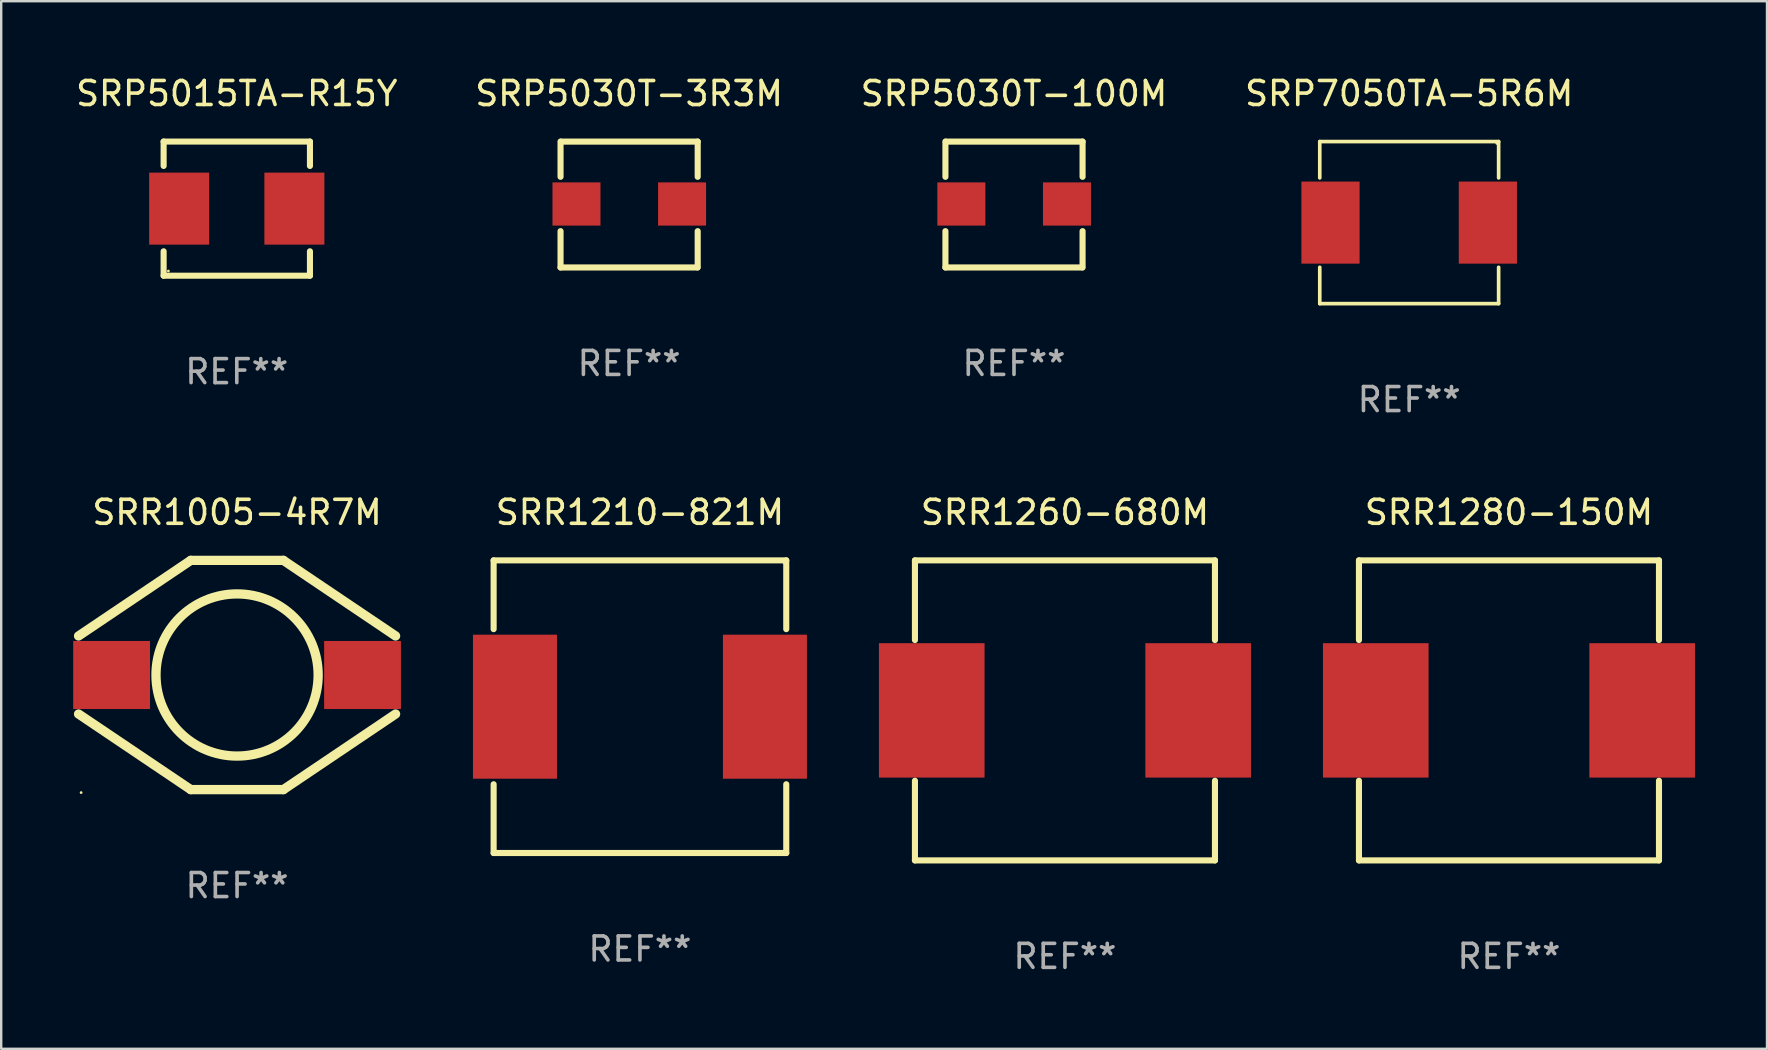
<source format=kicad_pcb>
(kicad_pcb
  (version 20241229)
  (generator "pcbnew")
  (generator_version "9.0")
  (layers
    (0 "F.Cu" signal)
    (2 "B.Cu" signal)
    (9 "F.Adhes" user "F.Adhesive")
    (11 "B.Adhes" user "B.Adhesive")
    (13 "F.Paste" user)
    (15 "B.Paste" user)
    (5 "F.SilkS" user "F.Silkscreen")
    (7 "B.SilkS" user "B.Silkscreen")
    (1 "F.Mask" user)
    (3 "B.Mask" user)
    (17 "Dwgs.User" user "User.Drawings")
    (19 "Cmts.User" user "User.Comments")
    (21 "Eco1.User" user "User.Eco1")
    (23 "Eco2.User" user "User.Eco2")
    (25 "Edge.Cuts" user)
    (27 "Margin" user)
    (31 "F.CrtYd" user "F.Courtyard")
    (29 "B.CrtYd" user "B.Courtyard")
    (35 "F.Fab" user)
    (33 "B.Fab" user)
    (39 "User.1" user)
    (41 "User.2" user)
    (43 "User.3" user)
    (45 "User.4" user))
  (footprint "SRP5015TA-R15Y"
    (layer "F.Cu")
    (at 6.815 5.642)
    (property "Reference" "SRP5015TA-R15Y" (at 0 -4.794 0) (layer "F.SilkS") (effects (font (size 1 1) (thickness 0.15))))
    (attr through_hole)
    (fp_line (start -3.048 -2.794) (end 3.048 -2.794) (stroke (width 0.254) (type solid)) (layer "F.SilkS"))
    (fp_line (start -3.048 -1.778) (end -3.048 -2.794) (stroke (width 0.254) (type solid)) (layer "F.SilkS"))
    (fp_line (start -3.048 2.794) (end -3.048 1.778) (stroke (width 0.254) (type solid)) (layer "F.SilkS"))
    (fp_line (start 3.048 -2.794) (end 3.048 -1.778) (stroke (width 0.254) (type solid)) (layer "F.SilkS"))
    (fp_line (start 3.048 1.778) (end 3.048 2.794) (stroke (width 0.254) (type solid)) (layer "F.SilkS"))
    (fp_line (start 3.048 2.794) (end -3.048 2.794) (stroke (width 0.254) (type solid)) (layer "F.SilkS"))
    (fp_circle (center -2.85 2.6) (end -2.82 2.6) (stroke (width 0.06) (type solid)) (fill no) (layer "F.SilkS"))
    (fp_text user "REF**" (at 0 6.794 0) (layer "F.Fab") (effects (font (size 1 1) (thickness 0.15))))
    (pad "1" smd rect (at -2.4 0) (size 2.5 3) (layers "F.Cu" "F.Mask" "F.Paste"))
    (pad "2" smd rect (at 2.4 0) (size 2.5 3) (layers "F.Cu" "F.Mask" "F.Paste")))
  (footprint "SRP5030T-100M"
    (layer "F.Cu")
    (at 39.196 5.471)
    (property "Reference" "SRP5030T-100M" (at 0 -4.622 0) (layer "F.SilkS") (effects (font (size 1 1) (thickness 0.15))))
    (attr through_hole)
    (fp_line (start -2.857 -1.154) (end -2.857 -2.622) (stroke (width 0.254) (type solid)) (layer "F.SilkS"))
    (fp_line (start -2.857 2.622) (end -2.857 1.109) (stroke (width 0.254) (type solid)) (layer "F.SilkS"))
    (fp_line (start -2.843 -2.622) (end 2.857 -2.622) (stroke (width 0.254) (type solid)) (layer "F.SilkS"))
    (fp_line (start 2.843 2.622) (end -2.857 2.622) (stroke (width 0.254) (type solid)) (layer "F.SilkS"))
    (fp_line (start 2.857 -2.622) (end 2.857 -1.154) (stroke (width 0.254) (type solid)) (layer "F.SilkS"))
    (fp_line (start 2.857 1.109) (end 2.857 2.622) (stroke (width 0.254) (type solid)) (layer "F.SilkS"))
    (fp_circle (center -2.843 2.578) (end -2.813 2.578) (stroke (width 0.06) (type solid)) (fill no) (layer "F.SilkS"))
    (fp_text user "REF**" (at 0 6.622 0) (layer "F.Fab") (effects (font (size 1 1) (thickness 0.15))))
    (pad "1" smd rect (at -2.193 -0.022 270) (size 1.8 2) (layers "F.Cu" "F.Mask" "F.Paste"))
    (pad "2" smd rect (at 2.207 -0.022 270) (size 1.8 2) (layers "F.Cu" "F.Mask" "F.Paste")))
  (footprint "SRR1280-150M"
    (layer "F.Cu")
    (at 59.818 26.547)
    (property "Reference" "SRR1280-150M" (at 0 -8.25 0) (layer "F.SilkS") (effects (font (size 1 1) (thickness 0.15))))
    (attr through_hole)
    (fp_line (start -6.25 -6.25) (end 6.25 -6.25) (stroke (width 0.254) (type solid)) (layer "F.SilkS"))
    (fp_line (start -6.25 -2.931) (end -6.25 -6.25) (stroke (width 0.254) (type solid)) (layer "F.SilkS"))
    (fp_line (start -6.25 6.25) (end -6.25 2.931) (stroke (width 0.254) (type solid)) (layer "F.SilkS"))
    (fp_line (start 6.25 -6.25) (end 6.25 -2.931) (stroke (width 0.254) (type solid)) (layer "F.SilkS"))
    (fp_line (start 6.25 2.931) (end 6.25 6.25) (stroke (width 0.254) (type solid)) (layer "F.SilkS"))
    (fp_line (start 6.25 6.25) (end -6.25 6.25) (stroke (width 0.254) (type solid)) (layer "F.SilkS"))
    (fp_circle (center -6.25 6.25) (end -6.22 6.25) (stroke (width 0.06) (type solid)) (fill no) (layer "F.SilkS"))
    (fp_text user "REF**" (at 0 10.25 0) (layer "F.Fab") (effects (font (size 1 1) (thickness 0.15))))
    (pad "1" smd rect (at -5.55 0) (size 4.4 5.6) (layers "F.Cu" "F.Mask" "F.Paste"))
    (pad "2" smd rect (at 5.55 0) (size 4.4 5.6) (layers "F.Cu" "F.Mask" "F.Paste")))
  (footprint "SRP7050TA-5R6M"
    (layer "F.Cu")
    (at 55.661 6.224)
    (property "Reference" "SRP7050TA-5R6M" (at 0 -5.376 0) (layer "F.SilkS") (effects (font (size 1 1) (thickness 0.15))))
    (attr through_hole)
    (fp_line (start -3.726 -3.376) (end 3.726 -3.376) (stroke (width 0.152) (type solid)) (layer "F.SilkS"))
    (fp_line (start -3.726 -1.862) (end -3.726 -3.376) (stroke (width 0.152) (type solid)) (layer "F.SilkS"))
    (fp_line (start -3.726 1.862) (end -3.726 3.376) (stroke (width 0.152) (type solid)) (layer "F.SilkS"))
    (fp_line (start -3.726 3.376) (end 3.726 3.376) (stroke (width 0.152) (type solid)) (layer "F.SilkS"))
    (fp_line (start 3.726 -3.376) (end 3.726 -1.862) (stroke (width 0.152) (type solid)) (layer "F.SilkS"))
    (fp_line (start 3.726 3.376) (end 3.726 1.862) (stroke (width 0.152) (type solid)) (layer "F.SilkS"))
    (fp_circle (center 3.65 -3.3) (end 3.68 -3.3) (stroke (width 0.06) (type solid)) (fill no) (layer "F.SilkS"))
    (fp_text user "REF**" (at 0 7.376 0) (layer "F.Fab") (effects (font (size 1 1) (thickness 0.15))))
    (pad "1" smd rect (at 3.278 0) (size 2.424 3.42) (layers "F.Cu" "F.Mask" "F.Paste"))
    (pad "2" smd rect (at -3.278 0) (size 2.424 3.42) (layers "F.Cu" "F.Mask" "F.Paste")))
  (footprint "SRP5030T-3R3M"
    (layer "F.Cu")
    (at 23.161 5.471)
    (property "Reference" "SRP5030T-3R3M" (at 0 -4.622 0) (layer "F.SilkS") (effects (font (size 1 1) (thickness 0.15))))
    (attr through_hole)
    (fp_line (start -2.857 -1.154) (end -2.857 -2.622) (stroke (width 0.254) (type solid)) (layer "F.SilkS"))
    (fp_line (start -2.857 2.622) (end -2.857 1.109) (stroke (width 0.254) (type solid)) (layer "F.SilkS"))
    (fp_line (start -2.843 -2.622) (end 2.857 -2.622) (stroke (width 0.254) (type solid)) (layer "F.SilkS"))
    (fp_line (start 2.843 2.622) (end -2.857 2.622) (stroke (width 0.254) (type solid)) (layer "F.SilkS"))
    (fp_line (start 2.857 -2.622) (end 2.857 -1.154) (stroke (width 0.254) (type solid)) (layer "F.SilkS"))
    (fp_line (start 2.857 1.109) (end 2.857 2.622) (stroke (width 0.254) (type solid)) (layer "F.SilkS"))
    (fp_circle (center -2.843 2.578) (end -2.813 2.578) (stroke (width 0.06) (type solid)) (fill no) (layer "F.SilkS"))
    (fp_text user "REF**" (at 0 6.622 0) (layer "F.Fab") (effects (font (size 1 1) (thickness 0.15))))
    (pad "1" smd rect (at -2.193 -0.022 270) (size 1.8 2) (layers "F.Cu" "F.Mask" "F.Paste"))
    (pad "2" smd rect (at 2.207 -0.022 270) (size 1.8 2) (layers "F.Cu" "F.Mask" "F.Paste")))
  (footprint "SRR1260-680M"
    (layer "F.Cu")
    (at 41.319 26.547)
    (property "Reference" "SRR1260-680M" (at 0 -8.25 0) (layer "F.SilkS") (effects (font (size 1 1) (thickness 0.15))))
    (attr through_hole)
    (fp_line (start -6.25 -6.25) (end 6.25 -6.25) (stroke (width 0.254) (type solid)) (layer "F.SilkS"))
    (fp_line (start -6.25 -2.931) (end -6.25 -6.25) (stroke (width 0.254) (type solid)) (layer "F.SilkS"))
    (fp_line (start -6.25 6.25) (end -6.25 2.931) (stroke (width 0.254) (type solid)) (layer "F.SilkS"))
    (fp_line (start 6.25 -6.25) (end 6.25 -2.931) (stroke (width 0.254) (type solid)) (layer "F.SilkS"))
    (fp_line (start 6.25 2.931) (end 6.25 6.25) (stroke (width 0.254) (type solid)) (layer "F.SilkS"))
    (fp_line (start 6.25 6.25) (end -6.25 6.25) (stroke (width 0.254) (type solid)) (layer "F.SilkS"))
    (fp_circle (center -6.25 6.25) (end -6.22 6.25) (stroke (width 0.06) (type solid)) (fill no) (layer "F.SilkS"))
    (fp_text user "REF**" (at 0 10.25 0) (layer "F.Fab") (effects (font (size 1 1) (thickness 0.15))))
    (pad "1" smd rect (at -5.55 0) (size 4.4 5.6) (layers "F.Cu" "F.Mask" "F.Paste"))
    (pad "2" smd rect (at 5.55 0) (size 4.4 5.6) (layers "F.Cu" "F.Mask" "F.Paste")))
  (footprint "SRR1005-4R7M"
    (layer "F.Cu")
    (at 6.827 25.072)
    (property "Reference" "SRR1005-4R7M" (at 0 -6.775 0) (layer "F.SilkS") (effects (font (size 1 1) (thickness 0.15))))
    (attr through_hole)
    (fp_line (start -6.604 -1.626) (end -1.93 -4.775) (stroke (width 0.387) (type solid)) (layer "F.SilkS"))
    (fp_line (start -1.93 -4.775) (end 1.93 -4.775) (stroke (width 0.387) (type solid)) (layer "F.SilkS"))
    (fp_line (start -1.93 4.775) (end -6.604 1.626) (stroke (width 0.387) (type solid)) (layer "F.SilkS"))
    (fp_line (start -1.93 4.775) (end 1.93 4.775) (stroke (width 0.387) (type solid)) (layer "F.SilkS"))
    (fp_line (start 1.93 -4.775) (end 6.604 -1.626) (stroke (width 0.387) (type solid)) (layer "F.SilkS"))
    (fp_line (start 6.604 1.626) (end 1.93 4.775) (stroke (width 0.387) (type solid)) (layer "F.SilkS"))
    (fp_circle (center -6.497 4.9) (end -6.467 4.9) (stroke (width 0.06) (type solid)) (fill no) (layer "F.SilkS"))
    (fp_circle (center 0 0) (end 3.378 0) (stroke (width 0.387) (type solid)) (fill no) (layer "F.SilkS"))
    (fp_text user "REF**" (at 0 8.775 0) (layer "F.Fab") (effects (font (size 1 1) (thickness 0.15))))
    (pad "1" smd rect (at -5.227 0) (size 3.2 2.835) (layers "F.Cu" "F.Mask" "F.Paste"))
    (pad "2" smd rect (at 5.227 0) (size 3.2 2.835) (layers "F.Cu" "F.Mask" "F.Paste")))
  (footprint "SRR1210-821M"
    (layer "F.Cu")
    (at 23.612 26.393)
    (property "Reference" "SRR1210-821M" (at 0 -8.096 0) (layer "F.SilkS") (effects (font (size 1 1) (thickness 0.15))))
    (attr through_hole)
    (fp_line (start -6.096 -6.096) (end 6.096 -6.096) (stroke (width 0.254) (type solid)) (layer "F.SilkS"))
    (fp_line (start -6.096 -3.231) (end -6.096 -6.096) (stroke (width 0.254) (type solid)) (layer "F.SilkS"))
    (fp_line (start -6.096 6.096) (end -6.096 3.231) (stroke (width 0.254) (type solid)) (layer "F.SilkS"))
    (fp_line (start 6.096 -6.096) (end 6.096 -3.231) (stroke (width 0.254) (type solid)) (layer "F.SilkS"))
    (fp_line (start 6.096 3.231) (end 6.096 6.096) (stroke (width 0.254) (type solid)) (layer "F.SilkS"))
    (fp_line (start 6.096 6.096) (end -6.096 6.096) (stroke (width 0.254) (type solid)) (layer "F.SilkS"))
    (fp_circle (center 6 -6) (end 6.03 -6) (stroke (width 0.06) (type solid)) (fill no) (layer "F.SilkS"))
    (fp_text user "REF**" (at 0 10.096 0) (layer "F.Fab") (effects (font (size 1 1) (thickness 0.15))))
    (pad "1" smd rect (at 5.207 0) (size 3.5 6) (layers "F.Cu" "F.Mask" "F.Paste"))
    (pad "2" smd rect (at -5.207 0) (size 3.5 6) (layers "F.Cu" "F.Mask" "F.Paste")))
  (gr_rect
    (start -3 -3)
    (end 70.568 40.645)
    (stroke (width 0.1) (type default))
    (fill no)
    (layer "Edge.Cuts")))
</source>
